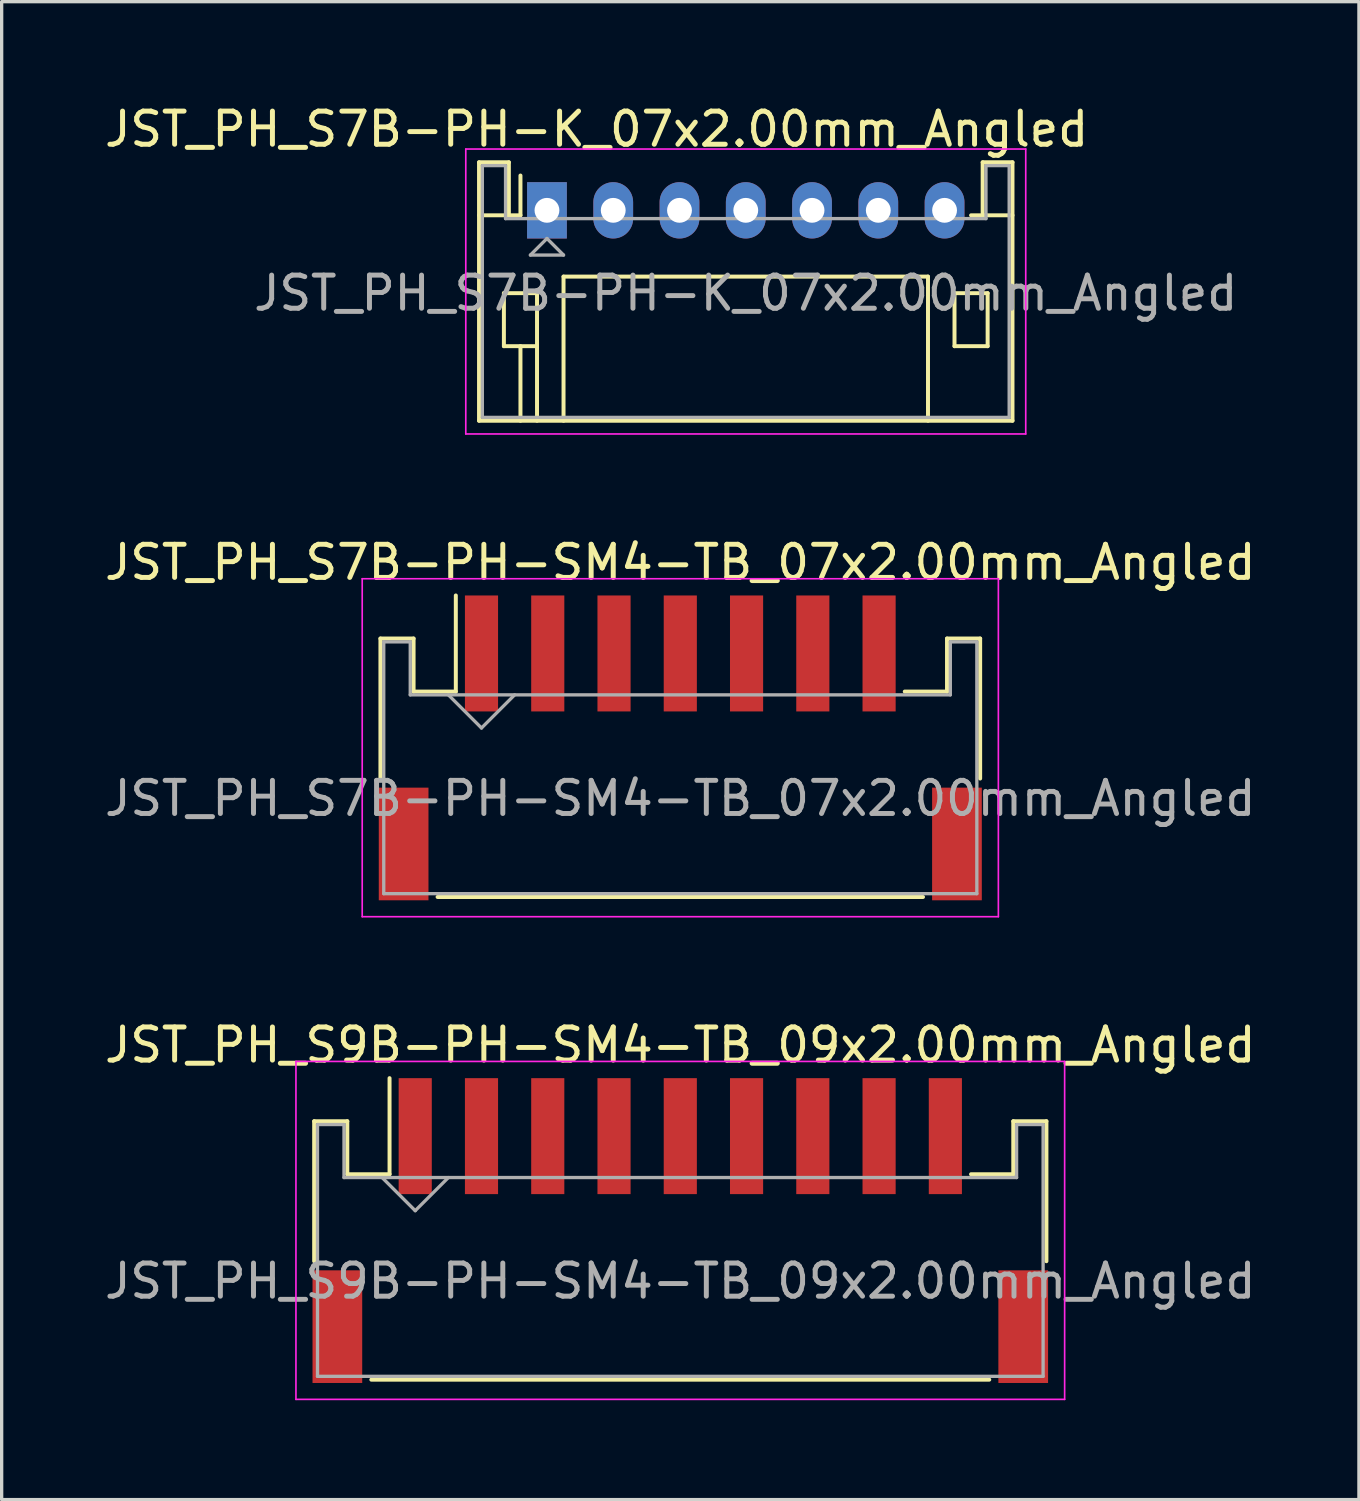
<source format=kicad_pcb>
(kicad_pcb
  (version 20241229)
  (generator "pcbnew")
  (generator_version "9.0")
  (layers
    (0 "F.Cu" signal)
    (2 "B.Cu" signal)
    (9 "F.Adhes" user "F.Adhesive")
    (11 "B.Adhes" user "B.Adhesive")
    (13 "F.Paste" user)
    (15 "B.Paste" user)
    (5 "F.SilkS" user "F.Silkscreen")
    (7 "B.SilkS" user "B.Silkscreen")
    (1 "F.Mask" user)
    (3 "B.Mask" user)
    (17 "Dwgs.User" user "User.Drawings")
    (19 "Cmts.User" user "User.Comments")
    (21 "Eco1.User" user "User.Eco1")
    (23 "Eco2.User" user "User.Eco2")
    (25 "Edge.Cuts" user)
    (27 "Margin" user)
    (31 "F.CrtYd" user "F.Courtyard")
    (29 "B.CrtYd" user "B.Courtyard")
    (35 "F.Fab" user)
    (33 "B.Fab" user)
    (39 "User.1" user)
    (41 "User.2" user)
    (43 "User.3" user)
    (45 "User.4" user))
  (footprint "JST_PH_S7B-PH-SM4-TB_07x2.00mm_Angled"
    (layer "F.Cu")
    (at 17.482 19.547)
    (property "Reference" "JST_PH_S7B-PH-SM4-TB_07x2.00mm_Angled" (at 0 -5.625 0) (layer "F.SilkS") (effects (font (size 1 1) (thickness 0.15))))
    (attr smd)
    (fp_line (start -9.05 -3.325) (end -9.05 0.9) (stroke (width 0.12) (type solid)) (layer "F.SilkS"))
    (fp_line (start -8.05 -3.325) (end -9.05 -3.325) (stroke (width 0.12) (type solid)) (layer "F.SilkS"))
    (fp_line (start -8.05 -1.725) (end -8.05 -3.325) (stroke (width 0.12) (type solid)) (layer "F.SilkS"))
    (fp_line (start -7.325 4.475) (end 7.325 4.475) (stroke (width 0.12) (type solid)) (layer "F.SilkS"))
    (fp_line (start -6.775 -1.725) (end -8.05 -1.725) (stroke (width 0.12) (type solid)) (layer "F.SilkS"))
    (fp_line (start -6.775 -1.725) (end -6.775 -4.625) (stroke (width 0.12) (type solid)) (layer "F.SilkS"))
    (fp_line (start 8.05 -3.325) (end 8.05 -1.725) (stroke (width 0.12) (type solid)) (layer "F.SilkS"))
    (fp_line (start 8.05 -1.725) (end 6.775 -1.725) (stroke (width 0.12) (type solid)) (layer "F.SilkS"))
    (fp_line (start 9.05 -3.325) (end 8.05 -3.325) (stroke (width 0.12) (type solid)) (layer "F.SilkS"))
    (fp_line (start 9.05 0.9) (end 9.05 -3.325) (stroke (width 0.12) (type solid)) (layer "F.SilkS"))
    (fp_line (start -9.6 -5.13) (end -9.6 5.07) (stroke (width 0.05) (type solid)) (layer "F.CrtYd"))
    (fp_line (start -9.6 5.07) (end 9.6 5.07) (stroke (width 0.05) (type solid)) (layer "F.CrtYd"))
    (fp_line (start 9.6 -5.13) (end -9.6 -5.13) (stroke (width 0.05) (type solid)) (layer "F.CrtYd"))
    (fp_line (start 9.6 5.07) (end 9.6 -5.13) (stroke (width 0.05) (type solid)) (layer "F.CrtYd"))
    (fp_line (start -8.95 -3.225) (end -8.95 4.375) (stroke (width 0.1) (type solid)) (layer "F.Fab"))
    (fp_line (start -8.95 4.375) (end 8.95 4.375) (stroke (width 0.1) (type solid)) (layer "F.Fab"))
    (fp_line (start -8.15 -3.225) (end -8.95 -3.225) (stroke (width 0.1) (type solid)) (layer "F.Fab"))
    (fp_line (start -8.15 -1.625) (end -8.15 -3.225) (stroke (width 0.1) (type solid)) (layer "F.Fab"))
    (fp_line (start -7 -1.625) (end -6 -0.625) (stroke (width 0.1) (type solid)) (layer "F.Fab"))
    (fp_line (start -6 -0.625) (end -5 -1.625) (stroke (width 0.1) (type solid)) (layer "F.Fab"))
    (fp_line (start 8.15 -3.225) (end 8.15 -1.625) (stroke (width 0.1) (type solid)) (layer "F.Fab"))
    (fp_line (start 8.15 -1.625) (end -8.15 -1.625) (stroke (width 0.1) (type solid)) (layer "F.Fab"))
    (fp_line (start 8.95 -3.225) (end 8.15 -3.225) (stroke (width 0.1) (type solid)) (layer "F.Fab"))
    (fp_line (start 8.95 4.375) (end 8.95 -3.225) (stroke (width 0.1) (type solid)) (layer "F.Fab"))
    (fp_text user "${REFERENCE}" (at 0 1.5 0) (layer "F.Fab") (effects (font (size 1 1) (thickness 0.15))))
    (pad "" smd rect (at -8.35 2.875) (size 1.5 3.4) (layers "F.Cu" "F.Mask" "F.Paste"))
    (pad "" smd rect (at 8.35 2.875) (size 1.5 3.4) (layers "F.Cu" "F.Mask" "F.Paste"))
    (pad "1" smd rect (at -6 -2.875) (size 1 3.5) (layers "F.Cu" "F.Mask" "F.Paste"))
    (pad "2" smd rect (at -4 -2.875) (size 1 3.5) (layers "F.Cu" "F.Mask" "F.Paste"))
    (pad "3" smd rect (at -2 -2.875) (size 1 3.5) (layers "F.Cu" "F.Mask" "F.Paste"))
    (pad "4" smd rect (at 0 -2.875) (size 1 3.5) (layers "F.Cu" "F.Mask" "F.Paste"))
    (pad "5" smd rect (at 2 -2.875) (size 1 3.5) (layers "F.Cu" "F.Mask" "F.Paste"))
    (pad "6" smd rect (at 4 -2.875) (size 1 3.5) (layers "F.Cu" "F.Mask" "F.Paste"))
    (pad "7" smd rect (at 6 -2.875) (size 1 3.5) (layers "F.Cu" "F.Mask" "F.Paste")))
  (footprint "JST_PH_S9B-PH-SM4-TB_09x2.00mm_Angled"
    (layer "F.Cu")
    (at 17.482 34.115)
    (property "Reference" "JST_PH_S9B-PH-SM4-TB_09x2.00mm_Angled" (at 0 -5.625 0) (layer "F.SilkS") (effects (font (size 1 1) (thickness 0.15))))
    (attr smd)
    (fp_line (start -11.05 -3.325) (end -11.05 0.9) (stroke (width 0.12) (type solid)) (layer "F.SilkS"))
    (fp_line (start -10.05 -3.325) (end -11.05 -3.325) (stroke (width 0.12) (type solid)) (layer "F.SilkS"))
    (fp_line (start -10.05 -1.725) (end -10.05 -3.325) (stroke (width 0.12) (type solid)) (layer "F.SilkS"))
    (fp_line (start -9.325 4.475) (end 9.325 4.475) (stroke (width 0.12) (type solid)) (layer "F.SilkS"))
    (fp_line (start -8.775 -1.725) (end -10.05 -1.725) (stroke (width 0.12) (type solid)) (layer "F.SilkS"))
    (fp_line (start -8.775 -1.725) (end -8.775 -4.625) (stroke (width 0.12) (type solid)) (layer "F.SilkS"))
    (fp_line (start 10.05 -3.325) (end 10.05 -1.725) (stroke (width 0.12) (type solid)) (layer "F.SilkS"))
    (fp_line (start 10.05 -1.725) (end 8.775 -1.725) (stroke (width 0.12) (type solid)) (layer "F.SilkS"))
    (fp_line (start 11.05 -3.325) (end 10.05 -3.325) (stroke (width 0.12) (type solid)) (layer "F.SilkS"))
    (fp_line (start 11.05 0.9) (end 11.05 -3.325) (stroke (width 0.12) (type solid)) (layer "F.SilkS"))
    (fp_line (start -11.6 -5.13) (end -11.6 5.07) (stroke (width 0.05) (type solid)) (layer "F.CrtYd"))
    (fp_line (start -11.6 5.07) (end 11.6 5.07) (stroke (width 0.05) (type solid)) (layer "F.CrtYd"))
    (fp_line (start 11.6 -5.13) (end -11.6 -5.13) (stroke (width 0.05) (type solid)) (layer "F.CrtYd"))
    (fp_line (start 11.6 5.07) (end 11.6 -5.13) (stroke (width 0.05) (type solid)) (layer "F.CrtYd"))
    (fp_line (start -10.95 -3.225) (end -10.95 4.375) (stroke (width 0.1) (type solid)) (layer "F.Fab"))
    (fp_line (start -10.95 4.375) (end 10.95 4.375) (stroke (width 0.1) (type solid)) (layer "F.Fab"))
    (fp_line (start -10.15 -3.225) (end -10.95 -3.225) (stroke (width 0.1) (type solid)) (layer "F.Fab"))
    (fp_line (start -10.15 -1.625) (end -10.15 -3.225) (stroke (width 0.1) (type solid)) (layer "F.Fab"))
    (fp_line (start -9 -1.625) (end -8 -0.625) (stroke (width 0.1) (type solid)) (layer "F.Fab"))
    (fp_line (start -8 -0.625) (end -7 -1.625) (stroke (width 0.1) (type solid)) (layer "F.Fab"))
    (fp_line (start 10.15 -3.225) (end 10.15 -1.625) (stroke (width 0.1) (type solid)) (layer "F.Fab"))
    (fp_line (start 10.15 -1.625) (end -10.15 -1.625) (stroke (width 0.1) (type solid)) (layer "F.Fab"))
    (fp_line (start 10.95 -3.225) (end 10.15 -3.225) (stroke (width 0.1) (type solid)) (layer "F.Fab"))
    (fp_line (start 10.95 4.375) (end 10.95 -3.225) (stroke (width 0.1) (type solid)) (layer "F.Fab"))
    (fp_text user "${REFERENCE}" (at 0 1.5 0) (layer "F.Fab") (effects (font (size 1 1) (thickness 0.15))))
    (pad "" smd rect (at -10.35 2.875) (size 1.5 3.4) (layers "F.Cu" "F.Mask" "F.Paste"))
    (pad "" smd rect (at 10.35 2.875) (size 1.5 3.4) (layers "F.Cu" "F.Mask" "F.Paste"))
    (pad "1" smd rect (at -8 -2.875) (size 1 3.5) (layers "F.Cu" "F.Mask" "F.Paste"))
    (pad "2" smd rect (at -6 -2.875) (size 1 3.5) (layers "F.Cu" "F.Mask" "F.Paste"))
    (pad "3" smd rect (at -4 -2.875) (size 1 3.5) (layers "F.Cu" "F.Mask" "F.Paste"))
    (pad "4" smd rect (at -2 -2.875) (size 1 3.5) (layers "F.Cu" "F.Mask" "F.Paste"))
    (pad "5" smd rect (at 0 -2.875) (size 1 3.5) (layers "F.Cu" "F.Mask" "F.Paste"))
    (pad "6" smd rect (at 2 -2.875) (size 1 3.5) (layers "F.Cu" "F.Mask" "F.Paste"))
    (pad "7" smd rect (at 4 -2.875) (size 1 3.5) (layers "F.Cu" "F.Mask" "F.Paste"))
    (pad "8" smd rect (at 6 -2.875) (size 1 3.5) (layers "F.Cu" "F.Mask" "F.Paste"))
    (pad "9" smd rect (at 8 -2.875) (size 1 3.5) (layers "F.Cu" "F.Mask" "F.Paste")))
  (footprint "JST_PH_S7B-PH-K_07x2.00mm_Angled"
    (layer "F.Cu")
    (at 13.458 3.298)
    (property "Reference" "JST_PH_S7B-PH-K_07x2.00mm_Angled" (at 1.5 -2.45 0) (layer "F.SilkS") (effects (font (size 1 1) (thickness 0.15))))
    (attr through_hole)
    (fp_line (start -2.05 -1.45) (end -2.05 6.35) (stroke (width 0.12) (type solid)) (layer "F.SilkS"))
    (fp_line (start -2.05 0.15) (end -1.15 0.15) (stroke (width 0.12) (type solid)) (layer "F.SilkS"))
    (fp_line (start -2.05 6.35) (end 14.05 6.35) (stroke (width 0.12) (type solid)) (layer "F.SilkS"))
    (fp_line (start -1.3 2.5) (end -1.3 4.1) (stroke (width 0.12) (type solid)) (layer "F.SilkS"))
    (fp_line (start -1.3 4.1) (end -0.3 4.1) (stroke (width 0.12) (type solid)) (layer "F.SilkS"))
    (fp_line (start -1.15 -1.45) (end -2.05 -1.45) (stroke (width 0.12) (type solid)) (layer "F.SilkS"))
    (fp_line (start -1.15 0.15) (end -1.15 -1.45) (stroke (width 0.12) (type solid)) (layer "F.SilkS"))
    (fp_line (start -0.8 0.15) (end -1.15 0.15) (stroke (width 0.12) (type solid)) (layer "F.SilkS"))
    (fp_line (start -0.8 0.15) (end -0.8 -1.05) (stroke (width 0.12) (type solid)) (layer "F.SilkS"))
    (fp_line (start -0.8 4.1) (end -0.8 6.35) (stroke (width 0.12) (type solid)) (layer "F.SilkS"))
    (fp_line (start -0.3 2.5) (end -1.3 2.5) (stroke (width 0.12) (type solid)) (layer "F.SilkS"))
    (fp_line (start -0.3 4.1) (end -0.3 2.5) (stroke (width 0.12) (type solid)) (layer "F.SilkS"))
    (fp_line (start -0.3 4.1) (end -0.3 6.35) (stroke (width 0.12) (type solid)) (layer "F.SilkS"))
    (fp_line (start 0.5 2) (end 11.5 2) (stroke (width 0.12) (type solid)) (layer "F.SilkS"))
    (fp_line (start 0.5 6.35) (end 0.5 2) (stroke (width 0.12) (type solid)) (layer "F.SilkS"))
    (fp_line (start 11.5 2) (end 11.5 6.35) (stroke (width 0.12) (type solid)) (layer "F.SilkS"))
    (fp_line (start 12.3 2.5) (end 13.3 2.5) (stroke (width 0.12) (type solid)) (layer "F.SilkS"))
    (fp_line (start 12.3 4.1) (end 12.3 2.5) (stroke (width 0.12) (type solid)) (layer "F.SilkS"))
    (fp_line (start 13.15 -1.45) (end 13.15 0.15) (stroke (width 0.12) (type solid)) (layer "F.SilkS"))
    (fp_line (start 13.15 0.15) (end 12.8 0.15) (stroke (width 0.12) (type solid)) (layer "F.SilkS"))
    (fp_line (start 13.3 2.5) (end 13.3 4.1) (stroke (width 0.12) (type solid)) (layer "F.SilkS"))
    (fp_line (start 13.3 4.1) (end 12.3 4.1) (stroke (width 0.12) (type solid)) (layer "F.SilkS"))
    (fp_line (start 14.05 -1.45) (end 13.15 -1.45) (stroke (width 0.12) (type solid)) (layer "F.SilkS"))
    (fp_line (start 14.05 0.15) (end 13.15 0.15) (stroke (width 0.12) (type solid)) (layer "F.SilkS"))
    (fp_line (start 14.05 6.35) (end 14.05 -1.45) (stroke (width 0.12) (type solid)) (layer "F.SilkS"))
    (fp_line (start -2.45 -1.85) (end -2.45 6.75) (stroke (width 0.05) (type solid)) (layer "F.CrtYd"))
    (fp_line (start -2.45 6.75) (end 14.45 6.75) (stroke (width 0.05) (type solid)) (layer "F.CrtYd"))
    (fp_line (start 14.45 -1.85) (end -2.45 -1.85) (stroke (width 0.05) (type solid)) (layer "F.CrtYd"))
    (fp_line (start 14.45 6.75) (end 14.45 -1.85) (stroke (width 0.05) (type solid)) (layer "F.CrtYd"))
    (fp_line (start -1.95 -1.35) (end -1.95 6.25) (stroke (width 0.1) (type solid)) (layer "F.Fab"))
    (fp_line (start -1.95 6.25) (end 13.95 6.25) (stroke (width 0.1) (type solid)) (layer "F.Fab"))
    (fp_line (start -1.25 -1.35) (end -1.95 -1.35) (stroke (width 0.1) (type solid)) (layer "F.Fab"))
    (fp_line (start -1.25 0.25) (end -1.25 -1.35) (stroke (width 0.1) (type solid)) (layer "F.Fab"))
    (fp_line (start -0.5 1.35) (end 0.5 1.35) (stroke (width 0.1) (type solid)) (layer "F.Fab"))
    (fp_line (start 0 0.85) (end -0.5 1.35) (stroke (width 0.1) (type solid)) (layer "F.Fab"))
    (fp_line (start 0.5 1.35) (end 0 0.85) (stroke (width 0.1) (type solid)) (layer "F.Fab"))
    (fp_line (start 13.25 -1.35) (end 13.25 0.25) (stroke (width 0.1) (type solid)) (layer "F.Fab"))
    (fp_line (start 13.25 0.25) (end -1.25 0.25) (stroke (width 0.1) (type solid)) (layer "F.Fab"))
    (fp_line (start 13.95 -1.35) (end 13.25 -1.35) (stroke (width 0.1) (type solid)) (layer "F.Fab"))
    (fp_line (start 13.95 6.25) (end 13.95 -1.35) (stroke (width 0.1) (type solid)) (layer "F.Fab"))
    (fp_text user "${REFERENCE}" (at 6 2.5 0) (layer "F.Fab") (effects (font (size 1 1) (thickness 0.15))))
    (pad "1" thru_hole rect (at 0 0) (size 1.2 1.7) (drill 0.75) (layers "*.Cu" "*.Mask"))
    (pad "2" thru_hole oval (at 2 0) (size 1.2 1.7) (drill 0.75) (layers "*.Cu" "*.Mask"))
    (pad "3" thru_hole oval (at 4 0) (size 1.2 1.7) (drill 0.75) (layers "*.Cu" "*.Mask"))
    (pad "4" thru_hole oval (at 6 0) (size 1.2 1.7) (drill 0.75) (layers "*.Cu" "*.Mask"))
    (pad "5" thru_hole oval (at 8 0) (size 1.2 1.7) (drill 0.75) (layers "*.Cu" "*.Mask"))
    (pad "6" thru_hole oval (at 10 0) (size 1.2 1.7) (drill 0.75) (layers "*.Cu" "*.Mask"))
    (pad "7" thru_hole oval (at 12 0) (size 1.2 1.7) (drill 0.75) (layers "*.Cu" "*.Mask")))
  (gr_rect
    (start -3 -3)
    (end 37.964 42.21)
    (stroke (width 0.1) (type default))
    (fill no)
    (layer "Edge.Cuts")))
</source>
